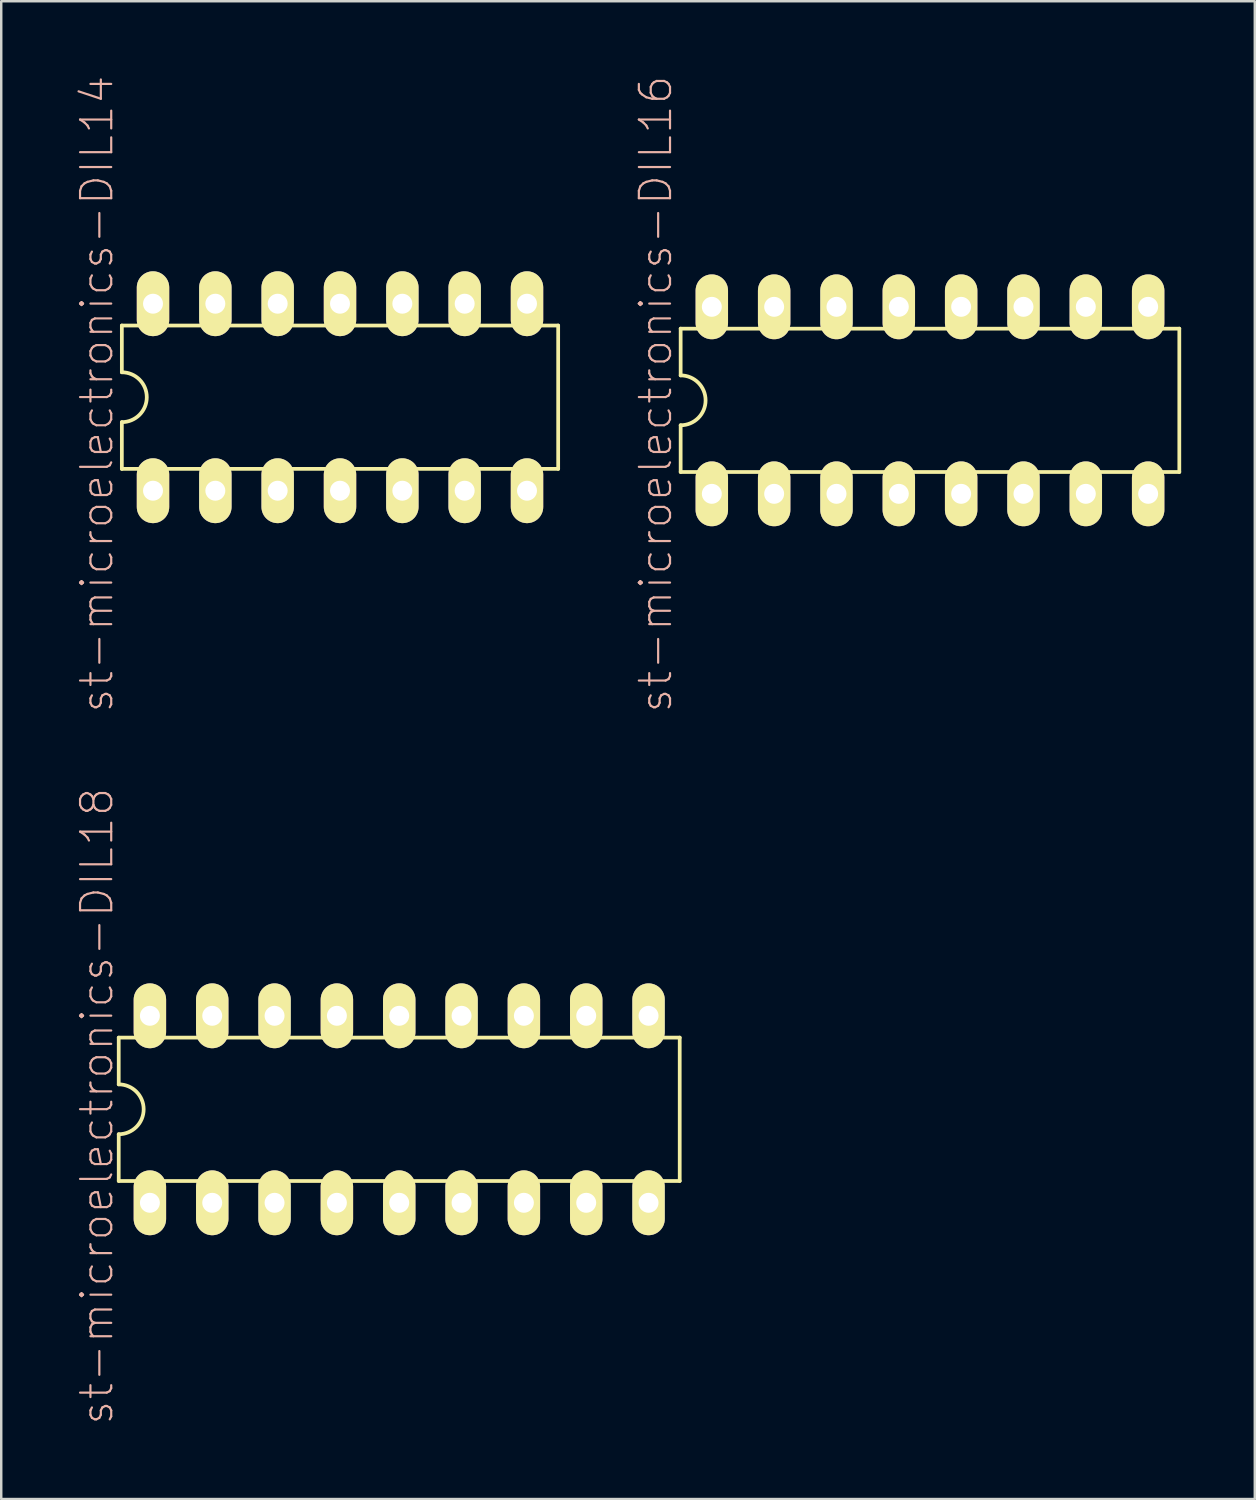
<source format=kicad_pcb>
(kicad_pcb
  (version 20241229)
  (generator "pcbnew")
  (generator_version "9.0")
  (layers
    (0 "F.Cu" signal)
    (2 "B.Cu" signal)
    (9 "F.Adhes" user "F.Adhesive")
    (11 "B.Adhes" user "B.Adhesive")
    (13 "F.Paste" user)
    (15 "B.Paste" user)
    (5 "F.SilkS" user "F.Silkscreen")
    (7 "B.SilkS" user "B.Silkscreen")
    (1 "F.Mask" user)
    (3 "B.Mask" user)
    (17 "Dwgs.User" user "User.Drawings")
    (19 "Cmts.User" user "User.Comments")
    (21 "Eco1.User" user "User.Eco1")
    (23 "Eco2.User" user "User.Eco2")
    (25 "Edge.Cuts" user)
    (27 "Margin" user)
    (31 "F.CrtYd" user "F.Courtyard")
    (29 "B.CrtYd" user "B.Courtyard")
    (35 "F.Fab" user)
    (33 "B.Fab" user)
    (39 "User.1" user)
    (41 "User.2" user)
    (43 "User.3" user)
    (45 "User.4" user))
  (footprint "st-microelectronics-DIL14"
    (layer "F.Cu")
    (at 10.805 13.136)
    (property "Reference" "st-microelectronics-DIL14" (at -9.906 -0.127 90) (layer "B.SilkS") (effects (font (size 1.27 1.27) (thickness 0.089))))
    (attr exclude_from_pos_files exclude_from_bom)
    (fp_line (start -8.89 -2.921) (end -8.89 -1.016) (stroke (width 0.152) (type solid)) (layer "F.SilkS"))
    (fp_line (start -8.89 2.921) (end -8.89 1.016) (stroke (width 0.152) (type solid)) (layer "F.SilkS"))
    (fp_line (start -8.89 2.921) (end 8.89 2.921) (stroke (width 0.152) (type solid)) (layer "F.SilkS"))
    (fp_line (start 8.89 -2.921) (end -8.89 -2.921) (stroke (width 0.152) (type solid)) (layer "F.SilkS"))
    (fp_line (start 8.89 -2.921) (end 8.89 2.921) (stroke (width 0.152) (type solid)) (layer "F.SilkS"))
    (fp_arc (start -8.89 -1.016) (mid -7.874 0) (end -8.89 1.016) (stroke (width 0.1524) (type solid)) (layer "F.SilkS"))
    (pad "1" thru_hole oval (at -7.62 3.81) (size 1.321 2.642) (drill 0.813) (layers "*.Cu" "F.Mask" "F.SilkS" "F.Paste"))
    (pad "2" thru_hole oval (at -5.08 3.81) (size 1.321 2.642) (drill 0.813) (layers "*.Cu" "F.Mask" "F.SilkS" "F.Paste"))
    (pad "3" thru_hole oval (at -2.54 3.81) (size 1.321 2.642) (drill 0.813) (layers "*.Cu" "F.Mask" "F.SilkS" "F.Paste"))
    (pad "4" thru_hole oval (at 0 3.81) (size 1.321 2.642) (drill 0.813) (layers "*.Cu" "F.Mask" "F.SilkS" "F.Paste"))
    (pad "5" thru_hole oval (at 2.54 3.81) (size 1.321 2.642) (drill 0.813) (layers "*.Cu" "F.Mask" "F.SilkS" "F.Paste"))
    (pad "6" thru_hole oval (at 5.08 3.81) (size 1.321 2.642) (drill 0.813) (layers "*.Cu" "F.Mask" "F.SilkS" "F.Paste"))
    (pad "7" thru_hole oval (at 7.62 3.81) (size 1.321 2.642) (drill 0.813) (layers "*.Cu" "F.Mask" "F.SilkS" "F.Paste"))
    (pad "8" thru_hole oval (at 7.62 -3.81) (size 1.321 2.642) (drill 0.813) (layers "*.Cu" "F.Mask" "F.SilkS" "F.Paste"))
    (pad "9" thru_hole oval (at 5.08 -3.81) (size 1.321 2.642) (drill 0.813) (layers "*.Cu" "F.Mask" "F.SilkS" "F.Paste"))
    (pad "10" thru_hole oval (at 2.54 -3.81) (size 1.321 2.642) (drill 0.813) (layers "*.Cu" "F.Mask" "F.SilkS" "F.Paste"))
    (pad "11" thru_hole oval (at 0 -3.81) (size 1.321 2.642) (drill 0.813) (layers "*.Cu" "F.Mask" "F.SilkS" "F.Paste"))
    (pad "12" thru_hole oval (at -2.54 -3.81) (size 1.321 2.642) (drill 0.813) (layers "*.Cu" "F.Mask" "F.SilkS" "F.Paste"))
    (pad "13" thru_hole oval (at -5.08 -3.81) (size 1.321 2.642) (drill 0.813) (layers "*.Cu" "F.Mask" "F.SilkS" "F.Paste"))
    (pad "14" thru_hole oval (at -7.62 -3.81) (size 1.321 2.642) (drill 0.813) (layers "*.Cu" "F.Mask" "F.SilkS" "F.Paste")))
  (footprint "st-microelectronics-DIL16"
    (layer "F.Cu")
    (at 34.846 13.263)
    (property "Reference" "st-microelectronics-DIL16" (at -11.176 -0.254 90) (layer "B.SilkS") (effects (font (size 1.27 1.27) (thickness 0.089))))
    (attr exclude_from_pos_files exclude_from_bom)
    (fp_line (start -10.16 -2.921) (end -10.16 -1.016) (stroke (width 0.152) (type solid)) (layer "F.SilkS"))
    (fp_line (start -10.16 2.921) (end -10.16 1.016) (stroke (width 0.152) (type solid)) (layer "F.SilkS"))
    (fp_line (start -10.16 2.921) (end 10.16 2.921) (stroke (width 0.152) (type solid)) (layer "F.SilkS"))
    (fp_line (start 10.16 -2.921) (end -10.16 -2.921) (stroke (width 0.152) (type solid)) (layer "F.SilkS"))
    (fp_line (start 10.16 -2.921) (end 10.16 2.921) (stroke (width 0.152) (type solid)) (layer "F.SilkS"))
    (fp_arc (start -10.16 -1.016) (mid -9.144 0) (end -10.16 1.016) (stroke (width 0.1524) (type solid)) (layer "F.SilkS"))
    (pad "1" thru_hole oval (at -8.89 3.81) (size 1.321 2.642) (drill 0.813) (layers "*.Cu" "F.Mask" "F.SilkS" "F.Paste"))
    (pad "2" thru_hole oval (at -6.35 3.81) (size 1.321 2.642) (drill 0.813) (layers "*.Cu" "F.Mask" "F.SilkS" "F.Paste"))
    (pad "3" thru_hole oval (at -3.81 3.81) (size 1.321 2.642) (drill 0.813) (layers "*.Cu" "F.Mask" "F.SilkS" "F.Paste"))
    (pad "4" thru_hole oval (at -1.27 3.81) (size 1.321 2.642) (drill 0.813) (layers "*.Cu" "F.Mask" "F.SilkS" "F.Paste"))
    (pad "5" thru_hole oval (at 1.27 3.81) (size 1.321 2.642) (drill 0.813) (layers "*.Cu" "F.Mask" "F.SilkS" "F.Paste"))
    (pad "6" thru_hole oval (at 3.81 3.81) (size 1.321 2.642) (drill 0.813) (layers "*.Cu" "F.Mask" "F.SilkS" "F.Paste"))
    (pad "7" thru_hole oval (at 6.35 3.81) (size 1.321 2.642) (drill 0.813) (layers "*.Cu" "F.Mask" "F.SilkS" "F.Paste"))
    (pad "8" thru_hole oval (at 8.89 3.81) (size 1.321 2.642) (drill 0.813) (layers "*.Cu" "F.Mask" "F.SilkS" "F.Paste"))
    (pad "9" thru_hole oval (at 8.89 -3.81) (size 1.321 2.642) (drill 0.813) (layers "*.Cu" "F.Mask" "F.SilkS" "F.Paste"))
    (pad "10" thru_hole oval (at 6.35 -3.81) (size 1.321 2.642) (drill 0.813) (layers "*.Cu" "F.Mask" "F.SilkS" "F.Paste"))
    (pad "11" thru_hole oval (at 3.81 -3.81) (size 1.321 2.642) (drill 0.813) (layers "*.Cu" "F.Mask" "F.SilkS" "F.Paste"))
    (pad "12" thru_hole oval (at 1.27 -3.81) (size 1.321 2.642) (drill 0.813) (layers "*.Cu" "F.Mask" "F.SilkS" "F.Paste"))
    (pad "13" thru_hole oval (at -1.27 -3.81) (size 1.321 2.642) (drill 0.813) (layers "*.Cu" "F.Mask" "F.SilkS" "F.Paste"))
    (pad "14" thru_hole oval (at -3.81 -3.81) (size 1.321 2.642) (drill 0.813) (layers "*.Cu" "F.Mask" "F.SilkS" "F.Paste"))
    (pad "15" thru_hole oval (at -6.35 -3.81) (size 1.321 2.642) (drill 0.813) (layers "*.Cu" "F.Mask" "F.SilkS" "F.Paste"))
    (pad "16" thru_hole oval (at -8.89 -3.81) (size 1.321 2.642) (drill 0.813) (layers "*.Cu" "F.Mask" "F.SilkS" "F.Paste")))
  (footprint "st-microelectronics-DIL18"
    (layer "F.Cu")
    (at 13.218 42.153)
    (property "Reference" "st-microelectronics-DIL18" (at -12.319 -0.127 90) (layer "B.SilkS") (effects (font (size 1.27 1.27) (thickness 0.089))))
    (attr exclude_from_pos_files exclude_from_bom)
    (fp_line (start -11.43 -2.921) (end -11.43 -1.016) (stroke (width 0.152) (type solid)) (layer "F.SilkS"))
    (fp_line (start -11.43 2.921) (end -11.43 1.016) (stroke (width 0.152) (type solid)) (layer "F.SilkS"))
    (fp_line (start -11.43 2.921) (end 11.43 2.921) (stroke (width 0.152) (type solid)) (layer "F.SilkS"))
    (fp_line (start 11.43 -2.921) (end -11.43 -2.921) (stroke (width 0.152) (type solid)) (layer "F.SilkS"))
    (fp_line (start 11.43 -2.921) (end 11.43 2.921) (stroke (width 0.152) (type solid)) (layer "F.SilkS"))
    (fp_arc (start -11.43 -1.016) (mid -10.414 0) (end -11.43 1.016) (stroke (width 0.1524) (type solid)) (layer "F.SilkS"))
    (pad "1" thru_hole oval (at -10.16 3.81) (size 1.321 2.642) (drill 0.813) (layers "*.Cu" "F.Mask" "F.SilkS" "F.Paste"))
    (pad "2" thru_hole oval (at -7.62 3.81) (size 1.321 2.642) (drill 0.813) (layers "*.Cu" "F.Mask" "F.SilkS" "F.Paste"))
    (pad "3" thru_hole oval (at -5.08 3.81) (size 1.321 2.642) (drill 0.813) (layers "*.Cu" "F.Mask" "F.SilkS" "F.Paste"))
    (pad "4" thru_hole oval (at -2.54 3.81) (size 1.321 2.642) (drill 0.813) (layers "*.Cu" "F.Mask" "F.SilkS" "F.Paste"))
    (pad "5" thru_hole oval (at 0 3.81) (size 1.321 2.642) (drill 0.813) (layers "*.Cu" "F.Mask" "F.SilkS" "F.Paste"))
    (pad "6" thru_hole oval (at 2.54 3.81) (size 1.321 2.642) (drill 0.813) (layers "*.Cu" "F.Mask" "F.SilkS" "F.Paste"))
    (pad "7" thru_hole oval (at 5.08 3.81) (size 1.321 2.642) (drill 0.813) (layers "*.Cu" "F.Mask" "F.SilkS" "F.Paste"))
    (pad "8" thru_hole oval (at 7.62 3.81) (size 1.321 2.642) (drill 0.813) (layers "*.Cu" "F.Mask" "F.SilkS" "F.Paste"))
    (pad "9" thru_hole oval (at 10.16 3.81) (size 1.321 2.642) (drill 0.813) (layers "*.Cu" "F.Mask" "F.SilkS" "F.Paste"))
    (pad "10" thru_hole oval (at 10.16 -3.81) (size 1.321 2.642) (drill 0.813) (layers "*.Cu" "F.Mask" "F.SilkS" "F.Paste"))
    (pad "11" thru_hole oval (at 7.62 -3.81) (size 1.321 2.642) (drill 0.813) (layers "*.Cu" "F.Mask" "F.SilkS" "F.Paste"))
    (pad "12" thru_hole oval (at 5.08 -3.81) (size 1.321 2.642) (drill 0.813) (layers "*.Cu" "F.Mask" "F.SilkS" "F.Paste"))
    (pad "13" thru_hole oval (at 2.54 -3.81) (size 1.321 2.642) (drill 0.813) (layers "*.Cu" "F.Mask" "F.SilkS" "F.Paste"))
    (pad "14" thru_hole oval (at 0 -3.81) (size 1.321 2.642) (drill 0.813) (layers "*.Cu" "F.Mask" "F.SilkS" "F.Paste"))
    (pad "15" thru_hole oval (at -2.54 -3.81) (size 1.321 2.642) (drill 0.813) (layers "*.Cu" "F.Mask" "F.SilkS" "F.Paste"))
    (pad "16" thru_hole oval (at -5.08 -3.81) (size 1.321 2.642) (drill 0.813) (layers "*.Cu" "F.Mask" "F.SilkS" "F.Paste"))
    (pad "17" thru_hole oval (at -7.62 -3.81) (size 1.321 2.642) (drill 0.813) (layers "*.Cu" "F.Mask" "F.SilkS" "F.Paste"))
    (pad "18" thru_hole oval (at -10.16 -3.81) (size 1.321 2.642) (drill 0.813) (layers "*.Cu" "F.Mask" "F.SilkS" "F.Paste")))
  (gr_rect
    (start -3 -3)
    (end 48.082 58.035)
    (stroke (width 0.1) (type default))
    (fill no)
    (layer "Edge.Cuts")))
</source>
